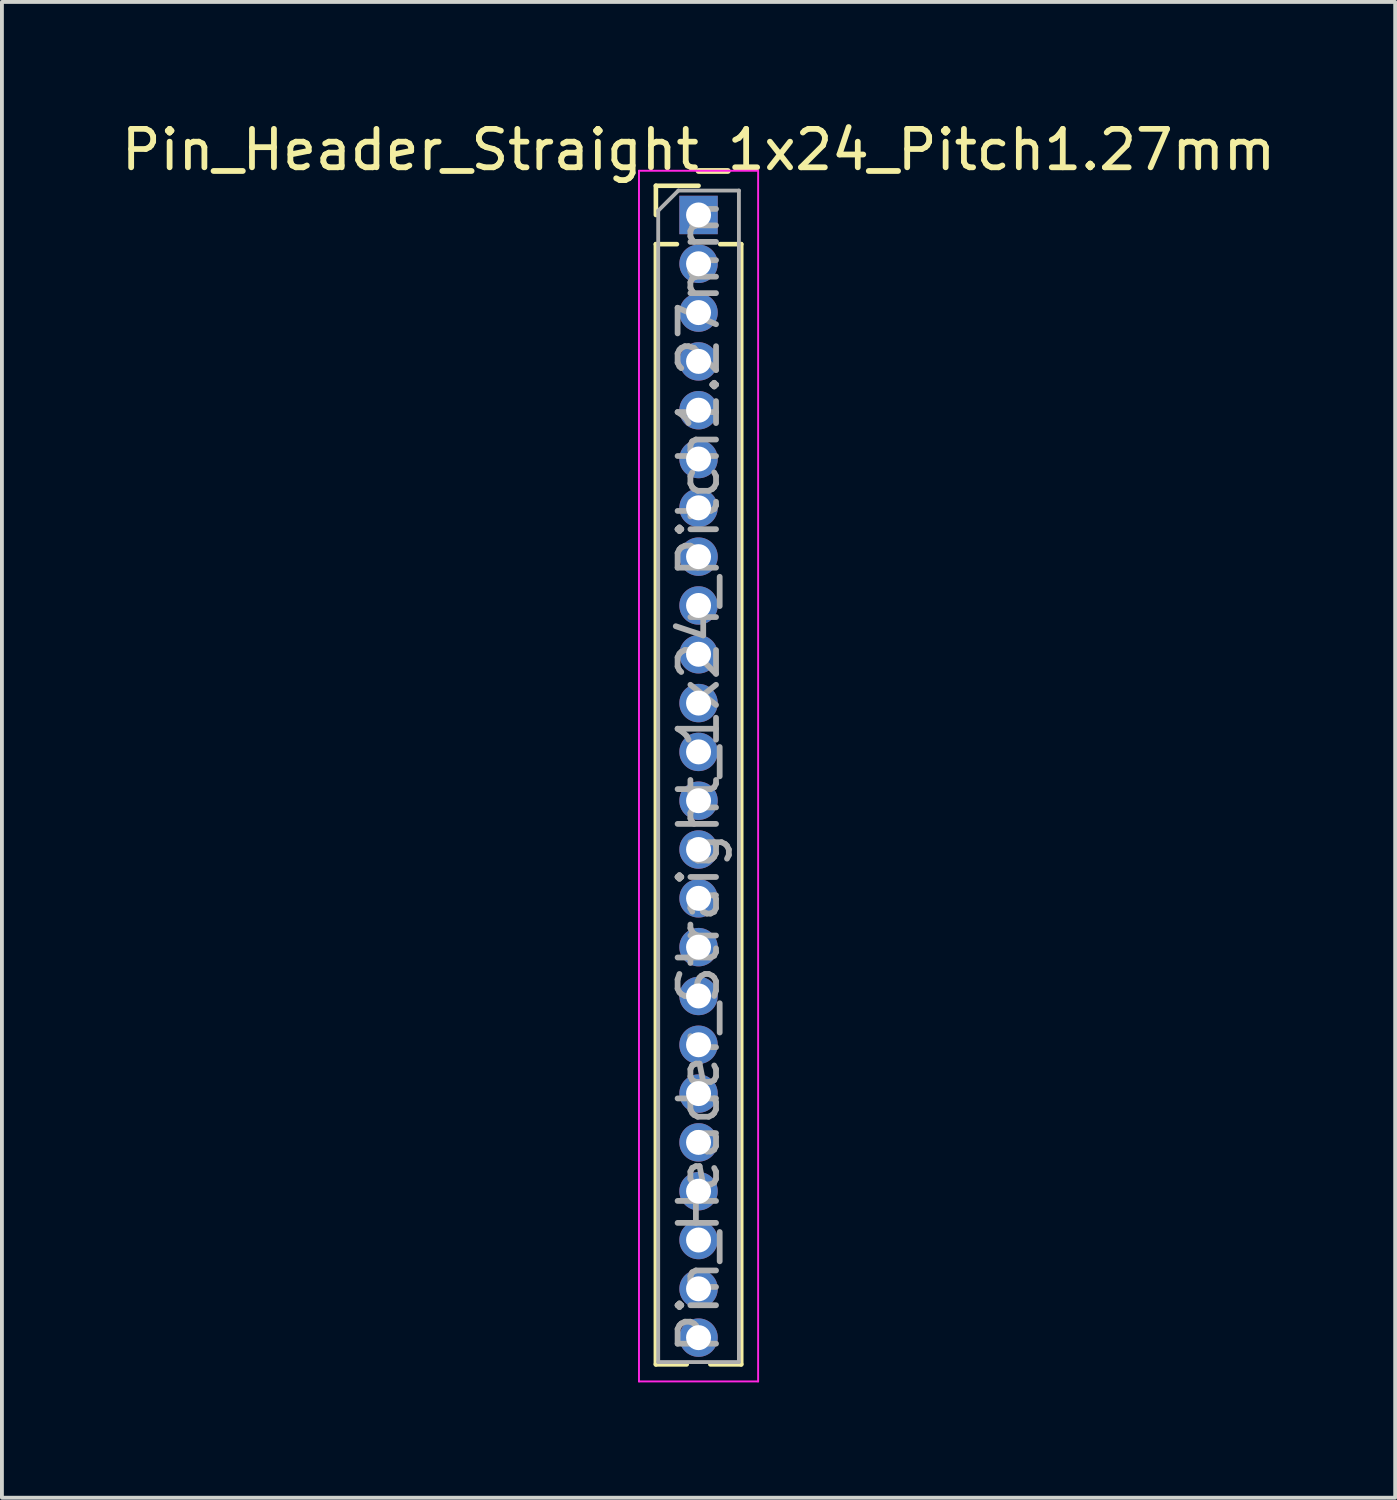
<source format=kicad_pcb>
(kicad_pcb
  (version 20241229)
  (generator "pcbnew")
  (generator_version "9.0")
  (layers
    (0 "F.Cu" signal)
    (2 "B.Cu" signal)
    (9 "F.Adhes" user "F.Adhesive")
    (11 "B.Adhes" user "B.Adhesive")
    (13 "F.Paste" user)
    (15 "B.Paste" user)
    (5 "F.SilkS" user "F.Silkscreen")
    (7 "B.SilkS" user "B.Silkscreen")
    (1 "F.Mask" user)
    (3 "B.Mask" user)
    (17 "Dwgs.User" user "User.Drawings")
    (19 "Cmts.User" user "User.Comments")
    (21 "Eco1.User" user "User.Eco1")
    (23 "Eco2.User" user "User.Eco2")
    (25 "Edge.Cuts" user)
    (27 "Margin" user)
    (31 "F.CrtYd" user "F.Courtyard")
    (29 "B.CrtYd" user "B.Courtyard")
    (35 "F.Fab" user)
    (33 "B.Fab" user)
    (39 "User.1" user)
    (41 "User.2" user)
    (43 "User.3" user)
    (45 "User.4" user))
  (footprint "Pin_Header_Straight_1x24_Pitch1.27mm"
    (layer "F.Cu")
    (at 15.125 2.543)
    (property "Reference" "Pin_Header_Straight_1x24_Pitch1.27mm" (at 0 -1.695 0) (layer "F.SilkS") (effects (font (size 1 1) (thickness 0.15))))
    (attr through_hole)
    (fp_line (start -1.11 -0.76) (end 0 -0.76) (stroke (width 0.12) (type solid)) (layer "F.SilkS"))
    (fp_line (start -1.11 0) (end -1.11 -0.76) (stroke (width 0.12) (type solid)) (layer "F.SilkS"))
    (fp_line (start -1.11 0.76) (end -1.11 29.905) (stroke (width 0.12) (type solid)) (layer "F.SilkS"))
    (fp_line (start -1.11 0.76) (end -0.563 0.76) (stroke (width 0.12) (type solid)) (layer "F.SilkS"))
    (fp_line (start -1.11 29.905) (end -0.308 29.905) (stroke (width 0.12) (type solid)) (layer "F.SilkS"))
    (fp_line (start 0.308 29.905) (end 1.11 29.905) (stroke (width 0.12) (type solid)) (layer "F.SilkS"))
    (fp_line (start 0.563 0.76) (end 1.11 0.76) (stroke (width 0.12) (type solid)) (layer "F.SilkS"))
    (fp_line (start 1.11 0.76) (end 1.11 29.905) (stroke (width 0.12) (type solid)) (layer "F.SilkS"))
    (fp_line (start -1.55 -1.15) (end -1.55 30.35) (stroke (width 0.05) (type solid)) (layer "F.CrtYd"))
    (fp_line (start -1.55 30.35) (end 1.55 30.35) (stroke (width 0.05) (type solid)) (layer "F.CrtYd"))
    (fp_line (start 1.55 -1.15) (end -1.55 -1.15) (stroke (width 0.05) (type solid)) (layer "F.CrtYd"))
    (fp_line (start 1.55 30.35) (end 1.55 -1.15) (stroke (width 0.05) (type solid)) (layer "F.CrtYd"))
    (fp_line (start -1.05 -0.11) (end -0.525 -0.635) (stroke (width 0.1) (type solid)) (layer "F.Fab"))
    (fp_line (start -1.05 29.845) (end -1.05 -0.11) (stroke (width 0.1) (type solid)) (layer "F.Fab"))
    (fp_line (start -0.525 -0.635) (end 1.05 -0.635) (stroke (width 0.1) (type solid)) (layer "F.Fab"))
    (fp_line (start 1.05 -0.635) (end 1.05 29.845) (stroke (width 0.1) (type solid)) (layer "F.Fab"))
    (fp_line (start 1.05 29.845) (end -1.05 29.845) (stroke (width 0.1) (type solid)) (layer "F.Fab"))
    (fp_text user "${REFERENCE}" (at 0 14.605 90) (layer "F.Fab") (effects (font (size 1 1) (thickness 0.15))))
    (pad "1" thru_hole rect (at 0 0) (size 1 1) (drill 0.65) (layers "*.Cu" "*.Mask"))
    (pad "2" thru_hole oval (at 0 1.27) (size 1 1) (drill 0.65) (layers "*.Cu" "*.Mask"))
    (pad "3" thru_hole oval (at 0 2.54) (size 1 1) (drill 0.65) (layers "*.Cu" "*.Mask"))
    (pad "4" thru_hole oval (at 0 3.81) (size 1 1) (drill 0.65) (layers "*.Cu" "*.Mask"))
    (pad "5" thru_hole oval (at 0 5.08) (size 1 1) (drill 0.65) (layers "*.Cu" "*.Mask"))
    (pad "6" thru_hole oval (at 0 6.35) (size 1 1) (drill 0.65) (layers "*.Cu" "*.Mask"))
    (pad "7" thru_hole oval (at 0 7.62) (size 1 1) (drill 0.65) (layers "*.Cu" "*.Mask"))
    (pad "8" thru_hole oval (at 0 8.89) (size 1 1) (drill 0.65) (layers "*.Cu" "*.Mask"))
    (pad "9" thru_hole oval (at 0 10.16) (size 1 1) (drill 0.65) (layers "*.Cu" "*.Mask"))
    (pad "10" thru_hole oval (at 0 11.43) (size 1 1) (drill 0.65) (layers "*.Cu" "*.Mask"))
    (pad "11" thru_hole oval (at 0 12.7) (size 1 1) (drill 0.65) (layers "*.Cu" "*.Mask"))
    (pad "12" thru_hole oval (at 0 13.97) (size 1 1) (drill 0.65) (layers "*.Cu" "*.Mask"))
    (pad "13" thru_hole oval (at 0 15.24) (size 1 1) (drill 0.65) (layers "*.Cu" "*.Mask"))
    (pad "14" thru_hole oval (at 0 16.51) (size 1 1) (drill 0.65) (layers "*.Cu" "*.Mask"))
    (pad "15" thru_hole oval (at 0 17.78) (size 1 1) (drill 0.65) (layers "*.Cu" "*.Mask"))
    (pad "16" thru_hole oval (at 0 19.05) (size 1 1) (drill 0.65) (layers "*.Cu" "*.Mask"))
    (pad "17" thru_hole oval (at 0 20.32) (size 1 1) (drill 0.65) (layers "*.Cu" "*.Mask"))
    (pad "18" thru_hole oval (at 0 21.59) (size 1 1) (drill 0.65) (layers "*.Cu" "*.Mask"))
    (pad "19" thru_hole oval (at 0 22.86) (size 1 1) (drill 0.65) (layers "*.Cu" "*.Mask"))
    (pad "20" thru_hole oval (at 0 24.13) (size 1 1) (drill 0.65) (layers "*.Cu" "*.Mask"))
    (pad "21" thru_hole oval (at 0 25.4) (size 1 1) (drill 0.65) (layers "*.Cu" "*.Mask"))
    (pad "22" thru_hole oval (at 0 26.67) (size 1 1) (drill 0.65) (layers "*.Cu" "*.Mask"))
    (pad "23" thru_hole oval (at 0 27.94) (size 1 1) (drill 0.65) (layers "*.Cu" "*.Mask"))
    (pad "24" thru_hole oval (at 0 29.21) (size 1 1) (drill 0.65) (layers "*.Cu" "*.Mask")))
  (gr_rect
    (start -3 -3)
    (end 33.25 35.918)
    (stroke (width 0.1) (type default))
    (fill no)
    (layer "Edge.Cuts")))
</source>
